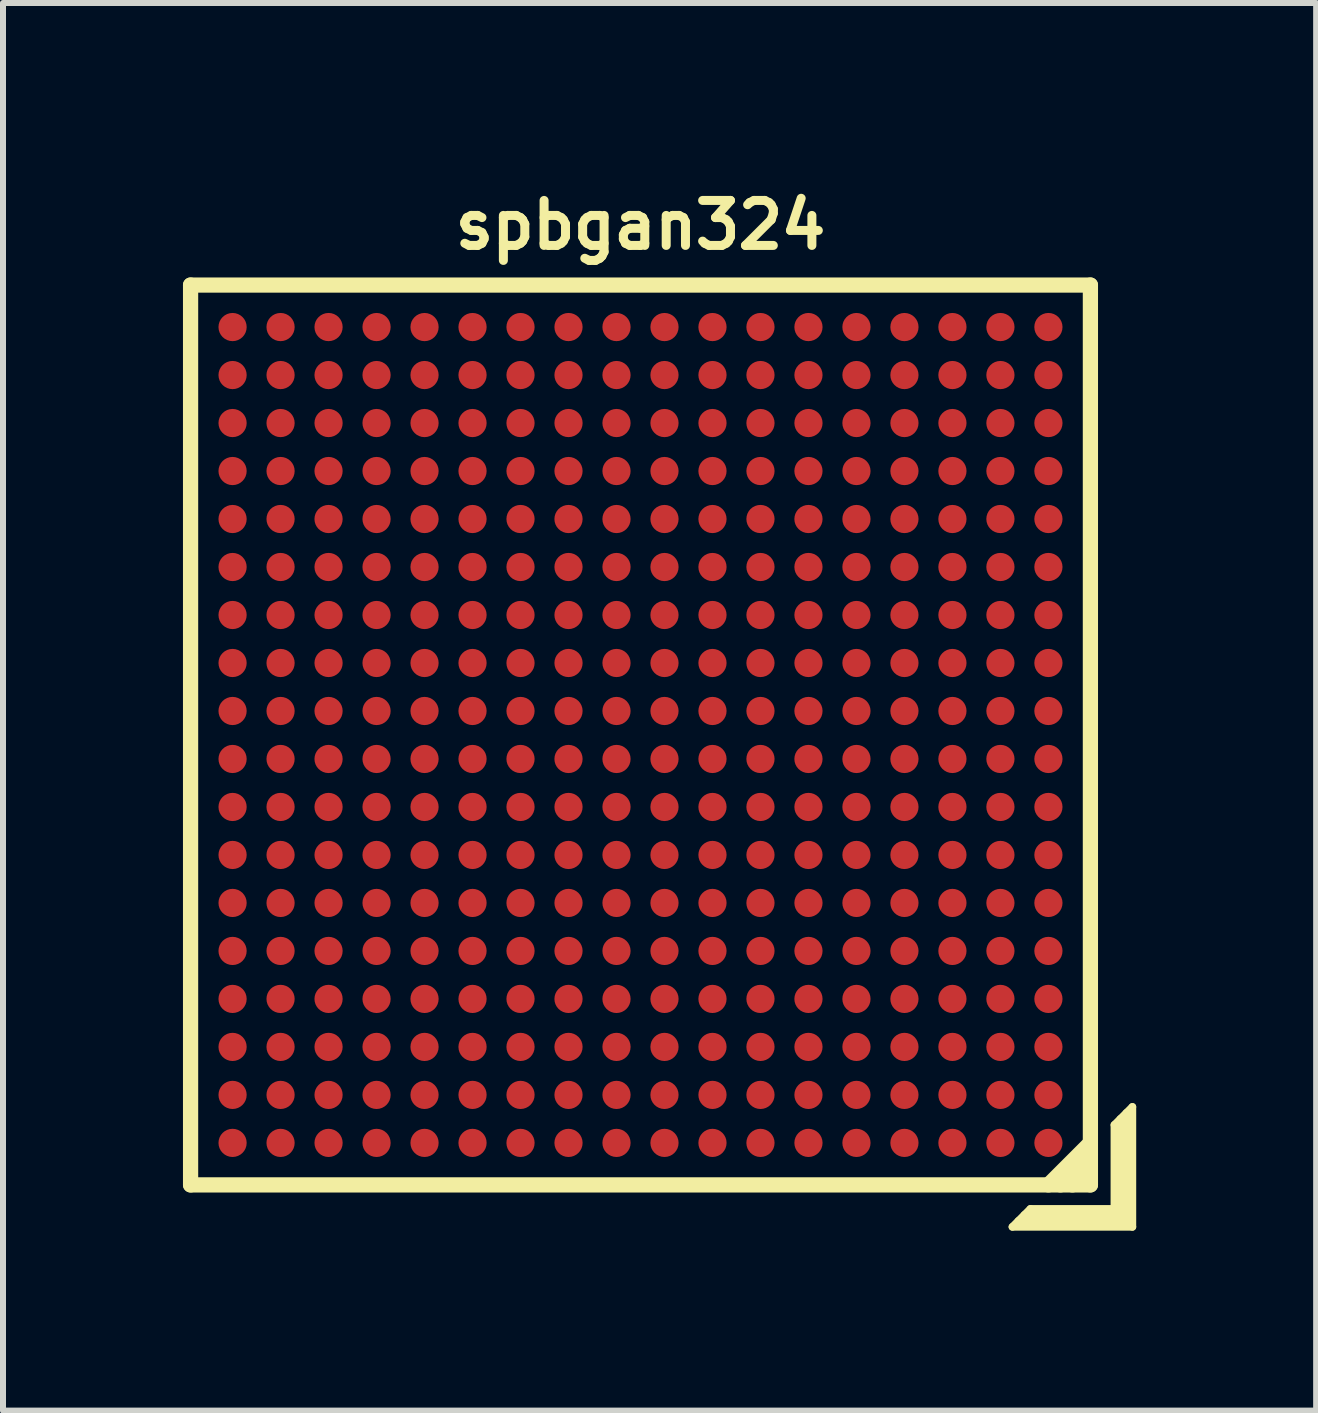
<source format=kicad_pcb>
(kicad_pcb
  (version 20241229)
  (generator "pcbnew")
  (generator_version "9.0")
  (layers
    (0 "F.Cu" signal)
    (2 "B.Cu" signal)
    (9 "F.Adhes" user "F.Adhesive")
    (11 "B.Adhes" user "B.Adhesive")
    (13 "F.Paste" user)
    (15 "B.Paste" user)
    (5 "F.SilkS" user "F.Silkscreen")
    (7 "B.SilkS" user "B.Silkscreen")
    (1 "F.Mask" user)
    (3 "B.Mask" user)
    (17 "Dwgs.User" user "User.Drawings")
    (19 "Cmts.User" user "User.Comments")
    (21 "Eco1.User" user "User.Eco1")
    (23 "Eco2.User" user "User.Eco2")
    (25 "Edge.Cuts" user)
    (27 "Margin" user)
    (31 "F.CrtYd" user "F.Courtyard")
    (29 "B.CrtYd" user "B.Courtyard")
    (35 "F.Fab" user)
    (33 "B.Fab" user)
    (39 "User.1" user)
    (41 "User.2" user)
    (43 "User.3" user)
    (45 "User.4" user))
  (footprint "spbgan324"
    (layer "F.Cu")
    (at 7.627 9.202)
    (property "Reference" "spbgan324" (at 0 -8.5 0) (layer "F.SilkS") (effects (font (size 0.75 0.75) (thickness 0.15))))
    (attr smd)
    (fp_line (start -7.5 -7.5) (end 7.5 -7.5) (stroke (width 0.254) (type solid)) (layer "F.SilkS"))
    (fp_line (start -7.5 7.5) (end -7.5 -7.5) (stroke (width 0.254) (type solid)) (layer "F.SilkS"))
    (fp_line (start 6.2 8.2) (end 6.5 7.9) (stroke (width 0.127) (type solid)) (layer "F.SilkS"))
    (fp_line (start 6.3 8.1) (end 8.1 8.1) (stroke (width 0.127) (type solid)) (layer "F.SilkS"))
    (fp_line (start 6.5 7.9) (end 7.9 7.9) (stroke (width 0.127) (type solid)) (layer "F.SilkS"))
    (fp_line (start 6.8 7.5) (end 7.5 6.8) (stroke (width 0.254) (type solid)) (layer "F.SilkS"))
    (fp_line (start 7.2 7.5) (end 7.5 7.2) (stroke (width 0.254) (type solid)) (layer "F.SilkS"))
    (fp_line (start 7.5 -7.5) (end 7.5 7.5) (stroke (width 0.254) (type solid)) (layer "F.SilkS"))
    (fp_line (start 7.5 7) (end 7 7.5) (stroke (width 0.254) (type solid)) (layer "F.SilkS"))
    (fp_line (start 7.5 7.5) (end -7.5 7.5) (stroke (width 0.254) (type solid)) (layer "F.SilkS"))
    (fp_line (start 7.9 6.5) (end 8.2 6.2) (stroke (width 0.127) (type solid)) (layer "F.SilkS"))
    (fp_line (start 7.9 7.9) (end 7.9 6.5) (stroke (width 0.127) (type solid)) (layer "F.SilkS"))
    (fp_line (start 8 6.4) (end 8 8) (stroke (width 0.127) (type solid)) (layer "F.SilkS"))
    (fp_line (start 8 8) (end 6.4 8) (stroke (width 0.127) (type solid)) (layer "F.SilkS"))
    (fp_line (start 8.1 8.1) (end 8.1 6.3) (stroke (width 0.127) (type solid)) (layer "F.SilkS"))
    (fp_line (start 8.2 6.2) (end 8.2 8.2) (stroke (width 0.127) (type solid)) (layer "F.SilkS"))
    (fp_line (start 8.2 8.2) (end 6.2 8.2) (stroke (width 0.127) (type solid)) (layer "F.SilkS"))
    (pad "A1" smd circle (at 6.8 6.8) (size 0.47 0.47) (layers "F.Cu" "F.Mask" "F.Paste"))
    (pad "A2" smd circle (at 6 6.8) (size 0.47 0.47) (layers "F.Cu" "F.Mask" "F.Paste"))
    (pad "A3" smd circle (at 5.2 6.8) (size 0.47 0.47) (layers "F.Cu" "F.Mask" "F.Paste"))
    (pad "A4" smd circle (at 4.4 6.8) (size 0.47 0.47) (layers "F.Cu" "F.Mask" "F.Paste"))
    (pad "A5" smd circle (at 3.6 6.8) (size 0.47 0.47) (layers "F.Cu" "F.Mask" "F.Paste"))
    (pad "A6" smd circle (at 2.8 6.8) (size 0.47 0.47) (layers "F.Cu" "F.Mask" "F.Paste"))
    (pad "A7" smd circle (at 2 6.8) (size 0.47 0.47) (layers "F.Cu" "F.Mask" "F.Paste"))
    (pad "A8" smd circle (at 1.2 6.8) (size 0.47 0.47) (layers "F.Cu" "F.Mask" "F.Paste"))
    (pad "A9" smd circle (at 0.4 6.8) (size 0.47 0.47) (layers "F.Cu" "F.Mask" "F.Paste"))
    (pad "A10" smd circle (at -0.4 6.8) (size 0.47 0.47) (layers "F.Cu" "F.Mask" "F.Paste"))
    (pad "A11" smd circle (at -1.2 6.8) (size 0.47 0.47) (layers "F.Cu" "F.Mask" "F.Paste"))
    (pad "A12" smd circle (at -2 6.8) (size 0.47 0.47) (layers "F.Cu" "F.Mask" "F.Paste"))
    (pad "A13" smd circle (at -2.8 6.8) (size 0.47 0.47) (layers "F.Cu" "F.Mask" "F.Paste"))
    (pad "A14" smd circle (at -3.6 6.8) (size 0.47 0.47) (layers "F.Cu" "F.Mask" "F.Paste"))
    (pad "A15" smd circle (at -4.4 6.8) (size 0.47 0.47) (layers "F.Cu" "F.Mask" "F.Paste"))
    (pad "A16" smd circle (at -5.2 6.8) (size 0.47 0.47) (layers "F.Cu" "F.Mask" "F.Paste"))
    (pad "A17" smd circle (at -6 6.8) (size 0.47 0.47) (layers "F.Cu" "F.Mask" "F.Paste"))
    (pad "A18" smd circle (at -6.8 6.8) (size 0.47 0.47) (layers "F.Cu" "F.Mask" "F.Paste"))
    (pad "B1" smd circle (at 6.8 6) (size 0.47 0.47) (layers "F.Cu" "F.Mask" "F.Paste"))
    (pad "B2" smd circle (at 6 6) (size 0.47 0.47) (layers "F.Cu" "F.Mask" "F.Paste"))
    (pad "B3" smd circle (at 5.2 6) (size 0.47 0.47) (layers "F.Cu" "F.Mask" "F.Paste"))
    (pad "B4" smd circle (at 4.4 6) (size 0.47 0.47) (layers "F.Cu" "F.Mask" "F.Paste"))
    (pad "B5" smd circle (at 3.6 6) (size 0.47 0.47) (layers "F.Cu" "F.Mask" "F.Paste"))
    (pad "B6" smd circle (at 2.8 6) (size 0.47 0.47) (layers "F.Cu" "F.Mask" "F.Paste"))
    (pad "B7" smd circle (at 2 6) (size 0.47 0.47) (layers "F.Cu" "F.Mask" "F.Paste"))
    (pad "B8" smd circle (at 1.2 6) (size 0.47 0.47) (layers "F.Cu" "F.Mask" "F.Paste"))
    (pad "B9" smd circle (at 0.4 6) (size 0.47 0.47) (layers "F.Cu" "F.Mask" "F.Paste"))
    (pad "B10" smd circle (at -0.4 6) (size 0.47 0.47) (layers "F.Cu" "F.Mask" "F.Paste"))
    (pad "B11" smd circle (at -1.2 6) (size 0.47 0.47) (layers "F.Cu" "F.Mask" "F.Paste"))
    (pad "B12" smd circle (at -2 6) (size 0.47 0.47) (layers "F.Cu" "F.Mask" "F.Paste"))
    (pad "B13" smd circle (at -2.8 6) (size 0.47 0.47) (layers "F.Cu" "F.Mask" "F.Paste"))
    (pad "B14" smd circle (at -3.6 6) (size 0.47 0.47) (layers "F.Cu" "F.Mask" "F.Paste"))
    (pad "B15" smd circle (at -4.4 6) (size 0.47 0.47) (layers "F.Cu" "F.Mask" "F.Paste"))
    (pad "B16" smd circle (at -5.2 6) (size 0.47 0.47) (layers "F.Cu" "F.Mask" "F.Paste"))
    (pad "B17" smd circle (at -6 6) (size 0.47 0.47) (layers "F.Cu" "F.Mask" "F.Paste"))
    (pad "B18" smd circle (at -6.8 6) (size 0.47 0.47) (layers "F.Cu" "F.Mask" "F.Paste"))
    (pad "C1" smd circle (at 6.8 5.2) (size 0.47 0.47) (layers "F.Cu" "F.Mask" "F.Paste"))
    (pad "C2" smd circle (at 6 5.2) (size 0.47 0.47) (layers "F.Cu" "F.Mask" "F.Paste"))
    (pad "C3" smd circle (at 5.2 5.2) (size 0.47 0.47) (layers "F.Cu" "F.Mask" "F.Paste"))
    (pad "C4" smd circle (at 4.4 5.2) (size 0.47 0.47) (layers "F.Cu" "F.Mask" "F.Paste"))
    (pad "C5" smd circle (at 3.6 5.2) (size 0.47 0.47) (layers "F.Cu" "F.Mask" "F.Paste"))
    (pad "C6" smd circle (at 2.8 5.2) (size 0.47 0.47) (layers "F.Cu" "F.Mask" "F.Paste"))
    (pad "C7" smd circle (at 2 5.2) (size 0.47 0.47) (layers "F.Cu" "F.Mask" "F.Paste"))
    (pad "C8" smd circle (at 1.2 5.2) (size 0.47 0.47) (layers "F.Cu" "F.Mask" "F.Paste"))
    (pad "C9" smd circle (at 0.4 5.2) (size 0.47 0.47) (layers "F.Cu" "F.Mask" "F.Paste"))
    (pad "C10" smd circle (at -0.4 5.2) (size 0.47 0.47) (layers "F.Cu" "F.Mask" "F.Paste"))
    (pad "C11" smd circle (at -1.2 5.2) (size 0.47 0.47) (layers "F.Cu" "F.Mask" "F.Paste"))
    (pad "C12" smd circle (at -2 5.2) (size 0.47 0.47) (layers "F.Cu" "F.Mask" "F.Paste"))
    (pad "C13" smd circle (at -2.8 5.2) (size 0.47 0.47) (layers "F.Cu" "F.Mask" "F.Paste"))
    (pad "C14" smd circle (at -3.6 5.2) (size 0.47 0.47) (layers "F.Cu" "F.Mask" "F.Paste"))
    (pad "C15" smd circle (at -4.4 5.2) (size 0.47 0.47) (layers "F.Cu" "F.Mask" "F.Paste"))
    (pad "C16" smd circle (at -5.2 5.2) (size 0.47 0.47) (layers "F.Cu" "F.Mask" "F.Paste"))
    (pad "C17" smd circle (at -6 5.2) (size 0.47 0.47) (layers "F.Cu" "F.Mask" "F.Paste"))
    (pad "C18" smd circle (at -6.8 5.2) (size 0.47 0.47) (layers "F.Cu" "F.Mask" "F.Paste"))
    (pad "D1" smd circle (at 6.8 4.4) (size 0.47 0.47) (layers "F.Cu" "F.Mask" "F.Paste"))
    (pad "D2" smd circle (at 6 4.4) (size 0.47 0.47) (layers "F.Cu" "F.Mask" "F.Paste"))
    (pad "D3" smd circle (at 5.2 4.4) (size 0.47 0.47) (layers "F.Cu" "F.Mask" "F.Paste"))
    (pad "D4" smd circle (at 4.4 4.4) (size 0.47 0.47) (layers "F.Cu" "F.Mask" "F.Paste"))
    (pad "D5" smd circle (at 3.6 4.4) (size 0.47 0.47) (layers "F.Cu" "F.Mask" "F.Paste"))
    (pad "D6" smd circle (at 2.8 4.4) (size 0.47 0.47) (layers "F.Cu" "F.Mask" "F.Paste"))
    (pad "D7" smd circle (at 2 4.4) (size 0.47 0.47) (layers "F.Cu" "F.Mask" "F.Paste"))
    (pad "D8" smd circle (at 1.2 4.4) (size 0.47 0.47) (layers "F.Cu" "F.Mask" "F.Paste"))
    (pad "D9" smd circle (at 0.4 4.4) (size 0.47 0.47) (layers "F.Cu" "F.Mask" "F.Paste"))
    (pad "D10" smd circle (at -0.4 4.4) (size 0.47 0.47) (layers "F.Cu" "F.Mask" "F.Paste"))
    (pad "D11" smd circle (at -1.2 4.4) (size 0.47 0.47) (layers "F.Cu" "F.Mask" "F.Paste"))
    (pad "D12" smd circle (at -2 4.4) (size 0.47 0.47) (layers "F.Cu" "F.Mask" "F.Paste"))
    (pad "D13" smd circle (at -2.8 4.4) (size 0.47 0.47) (layers "F.Cu" "F.Mask" "F.Paste"))
    (pad "D14" smd circle (at -3.6 4.4) (size 0.47 0.47) (layers "F.Cu" "F.Mask" "F.Paste"))
    (pad "D15" smd circle (at -4.4 4.4) (size 0.47 0.47) (layers "F.Cu" "F.Mask" "F.Paste"))
    (pad "D16" smd circle (at -5.2 4.4) (size 0.47 0.47) (layers "F.Cu" "F.Mask" "F.Paste"))
    (pad "D17" smd circle (at -6 4.4) (size 0.47 0.47) (layers "F.Cu" "F.Mask" "F.Paste"))
    (pad "D18" smd circle (at -6.8 4.4) (size 0.47 0.47) (layers "F.Cu" "F.Mask" "F.Paste"))
    (pad "E1" smd circle (at 6.8 3.6) (size 0.47 0.47) (layers "F.Cu" "F.Mask" "F.Paste"))
    (pad "E2" smd circle (at 6 3.6) (size 0.47 0.47) (layers "F.Cu" "F.Mask" "F.Paste"))
    (pad "E3" smd circle (at 5.2 3.6) (size 0.47 0.47) (layers "F.Cu" "F.Mask" "F.Paste"))
    (pad "E4" smd circle (at 4.4 3.6) (size 0.47 0.47) (layers "F.Cu" "F.Mask" "F.Paste"))
    (pad "E5" smd circle (at 3.6 3.6) (size 0.47 0.47) (layers "F.Cu" "F.Mask" "F.Paste"))
    (pad "E6" smd circle (at 2.8 3.6) (size 0.47 0.47) (layers "F.Cu" "F.Mask" "F.Paste"))
    (pad "E7" smd circle (at 2 3.6) (size 0.47 0.47) (layers "F.Cu" "F.Mask" "F.Paste"))
    (pad "E8" smd circle (at 1.2 3.6) (size 0.47 0.47) (layers "F.Cu" "F.Mask" "F.Paste"))
    (pad "E9" smd circle (at 0.4 3.6) (size 0.47 0.47) (layers "F.Cu" "F.Mask" "F.Paste"))
    (pad "E10" smd circle (at -0.4 3.6) (size 0.47 0.47) (layers "F.Cu" "F.Mask" "F.Paste"))
    (pad "E11" smd circle (at -1.2 3.6) (size 0.47 0.47) (layers "F.Cu" "F.Mask" "F.Paste"))
    (pad "E12" smd circle (at -2 3.6) (size 0.47 0.47) (layers "F.Cu" "F.Mask" "F.Paste"))
    (pad "E13" smd circle (at -2.8 3.6) (size 0.47 0.47) (layers "F.Cu" "F.Mask" "F.Paste"))
    (pad "E14" smd circle (at -3.6 3.6) (size 0.47 0.47) (layers "F.Cu" "F.Mask" "F.Paste"))
    (pad "E15" smd circle (at -4.4 3.6) (size 0.47 0.47) (layers "F.Cu" "F.Mask" "F.Paste"))
    (pad "E16" smd circle (at -5.2 3.6) (size 0.47 0.47) (layers "F.Cu" "F.Mask" "F.Paste"))
    (pad "E17" smd circle (at -6 3.6) (size 0.47 0.47) (layers "F.Cu" "F.Mask" "F.Paste"))
    (pad "E18" smd circle (at -6.8 3.6) (size 0.47 0.47) (layers "F.Cu" "F.Mask" "F.Paste"))
    (pad "F1" smd circle (at 6.8 2.8) (size 0.47 0.47) (layers "F.Cu" "F.Mask" "F.Paste"))
    (pad "F2" smd circle (at 6 2.8) (size 0.47 0.47) (layers "F.Cu" "F.Mask" "F.Paste"))
    (pad "F3" smd circle (at 5.2 2.8) (size 0.47 0.47) (layers "F.Cu" "F.Mask" "F.Paste"))
    (pad "F4" smd circle (at 4.4 2.8) (size 0.47 0.47) (layers "F.Cu" "F.Mask" "F.Paste"))
    (pad "F5" smd circle (at 3.6 2.8) (size 0.47 0.47) (layers "F.Cu" "F.Mask" "F.Paste"))
    (pad "F6" smd circle (at 2.8 2.8) (size 0.47 0.47) (layers "F.Cu" "F.Mask" "F.Paste"))
    (pad "F7" smd circle (at 2 2.8) (size 0.47 0.47) (layers "F.Cu" "F.Mask" "F.Paste"))
    (pad "F8" smd circle (at 1.2 2.8) (size 0.47 0.47) (layers "F.Cu" "F.Mask" "F.Paste"))
    (pad "F9" smd circle (at 0.4 2.8) (size 0.47 0.47) (layers "F.Cu" "F.Mask" "F.Paste"))
    (pad "F10" smd circle (at -0.4 2.8) (size 0.47 0.47) (layers "F.Cu" "F.Mask" "F.Paste"))
    (pad "F11" smd circle (at -1.2 2.8) (size 0.47 0.47) (layers "F.Cu" "F.Mask" "F.Paste"))
    (pad "F12" smd circle (at -2 2.8) (size 0.47 0.47) (layers "F.Cu" "F.Mask" "F.Paste"))
    (pad "F13" smd circle (at -2.8 2.8) (size 0.47 0.47) (layers "F.Cu" "F.Mask" "F.Paste"))
    (pad "F14" smd circle (at -3.6 2.8) (size 0.47 0.47) (layers "F.Cu" "F.Mask" "F.Paste"))
    (pad "F15" smd circle (at -4.4 2.8) (size 0.47 0.47) (layers "F.Cu" "F.Mask" "F.Paste"))
    (pad "F16" smd circle (at -5.2 2.8) (size 0.47 0.47) (layers "F.Cu" "F.Mask" "F.Paste"))
    (pad "F17" smd circle (at -6 2.8) (size 0.47 0.47) (layers "F.Cu" "F.Mask" "F.Paste"))
    (pad "F18" smd circle (at -6.8 2.8) (size 0.47 0.47) (layers "F.Cu" "F.Mask" "F.Paste"))
    (pad "G1" smd circle (at 6.8 2) (size 0.47 0.47) (layers "F.Cu" "F.Mask" "F.Paste"))
    (pad "G2" smd circle (at 6 2) (size 0.47 0.47) (layers "F.Cu" "F.Mask" "F.Paste"))
    (pad "G3" smd circle (at 5.2 2) (size 0.47 0.47) (layers "F.Cu" "F.Mask" "F.Paste"))
    (pad "G4" smd circle (at 4.4 2) (size 0.47 0.47) (layers "F.Cu" "F.Mask" "F.Paste"))
    (pad "G5" smd circle (at 3.6 2) (size 0.47 0.47) (layers "F.Cu" "F.Mask" "F.Paste"))
    (pad "G6" smd circle (at 2.8 2) (size 0.47 0.47) (layers "F.Cu" "F.Mask" "F.Paste"))
    (pad "G7" smd circle (at 2 2) (size 0.47 0.47) (layers "F.Cu" "F.Mask" "F.Paste"))
    (pad "G8" smd circle (at 1.2 2) (size 0.47 0.47) (layers "F.Cu" "F.Mask" "F.Paste"))
    (pad "G9" smd circle (at 0.4 2) (size 0.47 0.47) (layers "F.Cu" "F.Mask" "F.Paste"))
    (pad "G10" smd circle (at -0.4 2) (size 0.47 0.47) (layers "F.Cu" "F.Mask" "F.Paste"))
    (pad "G11" smd circle (at -1.2 2) (size 0.47 0.47) (layers "F.Cu" "F.Mask" "F.Paste"))
    (pad "G12" smd circle (at -2 2) (size 0.47 0.47) (layers "F.Cu" "F.Mask" "F.Paste"))
    (pad "G13" smd circle (at -2.8 2) (size 0.47 0.47) (layers "F.Cu" "F.Mask" "F.Paste"))
    (pad "G14" smd circle (at -3.6 2) (size 0.47 0.47) (layers "F.Cu" "F.Mask" "F.Paste"))
    (pad "G15" smd circle (at -4.4 2) (size 0.47 0.47) (layers "F.Cu" "F.Mask" "F.Paste"))
    (pad "G16" smd circle (at -5.2 2) (size 0.47 0.47) (layers "F.Cu" "F.Mask" "F.Paste"))
    (pad "G17" smd circle (at -6 2) (size 0.47 0.47) (layers "F.Cu" "F.Mask" "F.Paste"))
    (pad "G18" smd circle (at -6.8 2) (size 0.47 0.47) (layers "F.Cu" "F.Mask" "F.Paste"))
    (pad "H1" smd circle (at 6.8 1.2) (size 0.47 0.47) (layers "F.Cu" "F.Mask" "F.Paste"))
    (pad "H2" smd circle (at 6 1.2) (size 0.47 0.47) (layers "F.Cu" "F.Mask" "F.Paste"))
    (pad "H3" smd circle (at 5.2 1.2) (size 0.47 0.47) (layers "F.Cu" "F.Mask" "F.Paste"))
    (pad "H4" smd circle (at 4.4 1.2) (size 0.47 0.47) (layers "F.Cu" "F.Mask" "F.Paste"))
    (pad "H5" smd circle (at 3.6 1.2) (size 0.47 0.47) (layers "F.Cu" "F.Mask" "F.Paste"))
    (pad "H6" smd circle (at 2.8 1.2) (size 0.47 0.47) (layers "F.Cu" "F.Mask" "F.Paste"))
    (pad "H7" smd circle (at 2 1.2) (size 0.47 0.47) (layers "F.Cu" "F.Mask" "F.Paste"))
    (pad "H8" smd circle (at 1.2 1.2) (size 0.47 0.47) (layers "F.Cu" "F.Mask" "F.Paste"))
    (pad "H9" smd circle (at 0.4 1.2) (size 0.47 0.47) (layers "F.Cu" "F.Mask" "F.Paste"))
    (pad "H10" smd circle (at -0.4 1.2) (size 0.47 0.47) (layers "F.Cu" "F.Mask" "F.Paste"))
    (pad "H11" smd circle (at -1.2 1.2) (size 0.47 0.47) (layers "F.Cu" "F.Mask" "F.Paste"))
    (pad "H12" smd circle (at -2 1.2) (size 0.47 0.47) (layers "F.Cu" "F.Mask" "F.Paste"))
    (pad "H13" smd circle (at -2.8 1.2) (size 0.47 0.47) (layers "F.Cu" "F.Mask" "F.Paste"))
    (pad "H14" smd circle (at -3.6 1.2) (size 0.47 0.47) (layers "F.Cu" "F.Mask" "F.Paste"))
    (pad "H15" smd circle (at -4.4 1.2) (size 0.47 0.47) (layers "F.Cu" "F.Mask" "F.Paste"))
    (pad "H16" smd circle (at -5.2 1.2) (size 0.47 0.47) (layers "F.Cu" "F.Mask" "F.Paste"))
    (pad "H17" smd circle (at -6 1.2) (size 0.47 0.47) (layers "F.Cu" "F.Mask" "F.Paste"))
    (pad "H18" smd circle (at -6.8 1.2) (size 0.47 0.47) (layers "F.Cu" "F.Mask" "F.Paste"))
    (pad "J1" smd circle (at 6.8 0.4) (size 0.47 0.47) (layers "F.Cu" "F.Mask" "F.Paste"))
    (pad "J2" smd circle (at 6 0.4) (size 0.47 0.47) (layers "F.Cu" "F.Mask" "F.Paste"))
    (pad "J3" smd circle (at 5.2 0.4) (size 0.47 0.47) (layers "F.Cu" "F.Mask" "F.Paste"))
    (pad "J4" smd circle (at 4.4 0.4) (size 0.47 0.47) (layers "F.Cu" "F.Mask" "F.Paste"))
    (pad "J5" smd circle (at 3.6 0.4) (size 0.47 0.47) (layers "F.Cu" "F.Mask" "F.Paste"))
    (pad "J6" smd circle (at 2.8 0.4) (size 0.47 0.47) (layers "F.Cu" "F.Mask" "F.Paste"))
    (pad "J7" smd circle (at 2 0.4) (size 0.47 0.47) (layers "F.Cu" "F.Mask" "F.Paste"))
    (pad "J8" smd circle (at 1.2 0.4) (size 0.47 0.47) (layers "F.Cu" "F.Mask" "F.Paste"))
    (pad "J9" smd circle (at 0.4 0.4) (size 0.47 0.47) (layers "F.Cu" "F.Mask" "F.Paste"))
    (pad "J10" smd circle (at -0.4 0.4) (size 0.47 0.47) (layers "F.Cu" "F.Mask" "F.Paste"))
    (pad "J11" smd circle (at -1.2 0.4) (size 0.47 0.47) (layers "F.Cu" "F.Mask" "F.Paste"))
    (pad "J12" smd circle (at -2 0.4) (size 0.47 0.47) (layers "F.Cu" "F.Mask" "F.Paste"))
    (pad "J13" smd circle (at -2.8 0.4) (size 0.47 0.47) (layers "F.Cu" "F.Mask" "F.Paste"))
    (pad "J14" smd circle (at -3.6 0.4) (size 0.47 0.47) (layers "F.Cu" "F.Mask" "F.Paste"))
    (pad "J15" smd circle (at -4.4 0.4) (size 0.47 0.47) (layers "F.Cu" "F.Mask" "F.Paste"))
    (pad "J16" smd circle (at -5.2 0.4) (size 0.47 0.47) (layers "F.Cu" "F.Mask" "F.Paste"))
    (pad "J17" smd circle (at -6 0.4) (size 0.47 0.47) (layers "F.Cu" "F.Mask" "F.Paste"))
    (pad "J18" smd circle (at -6.8 0.4) (size 0.47 0.47) (layers "F.Cu" "F.Mask" "F.Paste"))
    (pad "K1" smd circle (at 6.8 -0.4) (size 0.47 0.47) (layers "F.Cu" "F.Mask" "F.Paste"))
    (pad "K2" smd circle (at 6 -0.4) (size 0.47 0.47) (layers "F.Cu" "F.Mask" "F.Paste"))
    (pad "K3" smd circle (at 5.2 -0.4) (size 0.47 0.47) (layers "F.Cu" "F.Mask" "F.Paste"))
    (pad "K4" smd circle (at 4.4 -0.4) (size 0.47 0.47) (layers "F.Cu" "F.Mask" "F.Paste"))
    (pad "K5" smd circle (at 3.6 -0.4) (size 0.47 0.47) (layers "F.Cu" "F.Mask" "F.Paste"))
    (pad "K6" smd circle (at 2.8 -0.4) (size 0.47 0.47) (layers "F.Cu" "F.Mask" "F.Paste"))
    (pad "K7" smd circle (at 2 -0.4) (size 0.47 0.47) (layers "F.Cu" "F.Mask" "F.Paste"))
    (pad "K8" smd circle (at 1.2 -0.4) (size 0.47 0.47) (layers "F.Cu" "F.Mask" "F.Paste"))
    (pad "K9" smd circle (at 0.4 -0.4) (size 0.47 0.47) (layers "F.Cu" "F.Mask" "F.Paste"))
    (pad "K10" smd circle (at -0.4 -0.4) (size 0.47 0.47) (layers "F.Cu" "F.Mask" "F.Paste"))
    (pad "K11" smd circle (at -1.2 -0.4) (size 0.47 0.47) (layers "F.Cu" "F.Mask" "F.Paste"))
    (pad "K12" smd circle (at -2 -0.4) (size 0.47 0.47) (layers "F.Cu" "F.Mask" "F.Paste"))
    (pad "K13" smd circle (at -2.8 -0.4) (size 0.47 0.47) (layers "F.Cu" "F.Mask" "F.Paste"))
    (pad "K14" smd circle (at -3.6 -0.4) (size 0.47 0.47) (layers "F.Cu" "F.Mask" "F.Paste"))
    (pad "K15" smd circle (at -4.4 -0.4) (size 0.47 0.47) (layers "F.Cu" "F.Mask" "F.Paste"))
    (pad "K16" smd circle (at -5.2 -0.4) (size 0.47 0.47) (layers "F.Cu" "F.Mask" "F.Paste"))
    (pad "K17" smd circle (at -6 -0.4) (size 0.47 0.47) (layers "F.Cu" "F.Mask" "F.Paste"))
    (pad "K18" smd circle (at -6.8 -0.4) (size 0.47 0.47) (layers "F.Cu" "F.Mask" "F.Paste"))
    (pad "L1" smd circle (at 6.8 -1.2) (size 0.47 0.47) (layers "F.Cu" "F.Mask" "F.Paste"))
    (pad "L2" smd circle (at 6 -1.2) (size 0.47 0.47) (layers "F.Cu" "F.Mask" "F.Paste"))
    (pad "L3" smd circle (at 5.2 -1.2) (size 0.47 0.47) (layers "F.Cu" "F.Mask" "F.Paste"))
    (pad "L4" smd circle (at 4.4 -1.2) (size 0.47 0.47) (layers "F.Cu" "F.Mask" "F.Paste"))
    (pad "L5" smd circle (at 3.6 -1.2) (size 0.47 0.47) (layers "F.Cu" "F.Mask" "F.Paste"))
    (pad "L6" smd circle (at 2.8 -1.2) (size 0.47 0.47) (layers "F.Cu" "F.Mask" "F.Paste"))
    (pad "L7" smd circle (at 2 -1.2) (size 0.47 0.47) (layers "F.Cu" "F.Mask" "F.Paste"))
    (pad "L8" smd circle (at 1.2 -1.2) (size 0.47 0.47) (layers "F.Cu" "F.Mask" "F.Paste"))
    (pad "L9" smd circle (at 0.4 -1.2) (size 0.47 0.47) (layers "F.Cu" "F.Mask" "F.Paste"))
    (pad "L10" smd circle (at -0.4 -1.2) (size 0.47 0.47) (layers "F.Cu" "F.Mask" "F.Paste"))
    (pad "L11" smd circle (at -1.2 -1.2) (size 0.47 0.47) (layers "F.Cu" "F.Mask" "F.Paste"))
    (pad "L12" smd circle (at -2 -1.2) (size 0.47 0.47) (layers "F.Cu" "F.Mask" "F.Paste"))
    (pad "L13" smd circle (at -2.8 -1.2) (size 0.47 0.47) (layers "F.Cu" "F.Mask" "F.Paste"))
    (pad "L14" smd circle (at -3.6 -1.2) (size 0.47 0.47) (layers "F.Cu" "F.Mask" "F.Paste"))
    (pad "L15" smd circle (at -4.4 -1.2) (size 0.47 0.47) (layers "F.Cu" "F.Mask" "F.Paste"))
    (pad "L16" smd circle (at -5.2 -1.2) (size 0.47 0.47) (layers "F.Cu" "F.Mask" "F.Paste"))
    (pad "L17" smd circle (at -6 -1.2) (size 0.47 0.47) (layers "F.Cu" "F.Mask" "F.Paste"))
    (pad "L18" smd circle (at -6.8 -1.2) (size 0.47 0.47) (layers "F.Cu" "F.Mask" "F.Paste"))
    (pad "M1" smd circle (at 6.8 -2) (size 0.47 0.47) (layers "F.Cu" "F.Mask" "F.Paste"))
    (pad "M2" smd circle (at 6 -2) (size 0.47 0.47) (layers "F.Cu" "F.Mask" "F.Paste"))
    (pad "M3" smd circle (at 5.2 -2) (size 0.47 0.47) (layers "F.Cu" "F.Mask" "F.Paste"))
    (pad "M4" smd circle (at 4.4 -2) (size 0.47 0.47) (layers "F.Cu" "F.Mask" "F.Paste"))
    (pad "M5" smd circle (at 3.6 -2) (size 0.47 0.47) (layers "F.Cu" "F.Mask" "F.Paste"))
    (pad "M6" smd circle (at 2.8 -2) (size 0.47 0.47) (layers "F.Cu" "F.Mask" "F.Paste"))
    (pad "M7" smd circle (at 2 -2) (size 0.47 0.47) (layers "F.Cu" "F.Mask" "F.Paste"))
    (pad "M8" smd circle (at 1.2 -2) (size 0.47 0.47) (layers "F.Cu" "F.Mask" "F.Paste"))
    (pad "M9" smd circle (at 0.4 -2) (size 0.47 0.47) (layers "F.Cu" "F.Mask" "F.Paste"))
    (pad "M10" smd circle (at -0.4 -2) (size 0.47 0.47) (layers "F.Cu" "F.Mask" "F.Paste"))
    (pad "M11" smd circle (at -1.2 -2) (size 0.47 0.47) (layers "F.Cu" "F.Mask" "F.Paste"))
    (pad "M12" smd circle (at -2 -2) (size 0.47 0.47) (layers "F.Cu" "F.Mask" "F.Paste"))
    (pad "M13" smd circle (at -2.8 -2) (size 0.47 0.47) (layers "F.Cu" "F.Mask" "F.Paste"))
    (pad "M14" smd circle (at -3.6 -2) (size 0.47 0.47) (layers "F.Cu" "F.Mask" "F.Paste"))
    (pad "M15" smd circle (at -4.4 -2) (size 0.47 0.47) (layers "F.Cu" "F.Mask" "F.Paste"))
    (pad "M16" smd circle (at -5.2 -2) (size 0.47 0.47) (layers "F.Cu" "F.Mask" "F.Paste"))
    (pad "M17" smd circle (at -6 -2) (size 0.47 0.47) (layers "F.Cu" "F.Mask" "F.Paste"))
    (pad "M18" smd circle (at -6.8 -2) (size 0.47 0.47) (layers "F.Cu" "F.Mask" "F.Paste"))
    (pad "N1" smd circle (at 6.8 -2.8) (size 0.47 0.47) (layers "F.Cu" "F.Mask" "F.Paste"))
    (pad "N2" smd circle (at 6 -2.8) (size 0.47 0.47) (layers "F.Cu" "F.Mask" "F.Paste"))
    (pad "N3" smd circle (at 5.2 -2.8) (size 0.47 0.47) (layers "F.Cu" "F.Mask" "F.Paste"))
    (pad "N4" smd circle (at 4.4 -2.8) (size 0.47 0.47) (layers "F.Cu" "F.Mask" "F.Paste"))
    (pad "N5" smd circle (at 3.6 -2.8) (size 0.47 0.47) (layers "F.Cu" "F.Mask" "F.Paste"))
    (pad "N6" smd circle (at 2.8 -2.8) (size 0.47 0.47) (layers "F.Cu" "F.Mask" "F.Paste"))
    (pad "N7" smd circle (at 2 -2.8) (size 0.47 0.47) (layers "F.Cu" "F.Mask" "F.Paste"))
    (pad "N8" smd circle (at 1.2 -2.8) (size 0.47 0.47) (layers "F.Cu" "F.Mask" "F.Paste"))
    (pad "N9" smd circle (at 0.4 -2.8) (size 0.47 0.47) (layers "F.Cu" "F.Mask" "F.Paste"))
    (pad "N10" smd circle (at -0.4 -2.8) (size 0.47 0.47) (layers "F.Cu" "F.Mask" "F.Paste"))
    (pad "N11" smd circle (at -1.2 -2.8) (size 0.47 0.47) (layers "F.Cu" "F.Mask" "F.Paste"))
    (pad "N12" smd circle (at -2 -2.8) (size 0.47 0.47) (layers "F.Cu" "F.Mask" "F.Paste"))
    (pad "N13" smd circle (at -2.8 -2.8) (size 0.47 0.47) (layers "F.Cu" "F.Mask" "F.Paste"))
    (pad "N14" smd circle (at -3.6 -2.8) (size 0.47 0.47) (layers "F.Cu" "F.Mask" "F.Paste"))
    (pad "N15" smd circle (at -4.4 -2.8) (size 0.47 0.47) (layers "F.Cu" "F.Mask" "F.Paste"))
    (pad "N16" smd circle (at -5.2 -2.8) (size 0.47 0.47) (layers "F.Cu" "F.Mask" "F.Paste"))
    (pad "N17" smd circle (at -6 -2.8) (size 0.47 0.47) (layers "F.Cu" "F.Mask" "F.Paste"))
    (pad "N18" smd circle (at -6.8 -2.8) (size 0.47 0.47) (layers "F.Cu" "F.Mask" "F.Paste"))
    (pad "P1" smd circle (at 6.8 -3.6) (size 0.47 0.47) (layers "F.Cu" "F.Mask" "F.Paste"))
    (pad "P2" smd circle (at 6 -3.6) (size 0.47 0.47) (layers "F.Cu" "F.Mask" "F.Paste"))
    (pad "P3" smd circle (at 5.2 -3.6) (size 0.47 0.47) (layers "F.Cu" "F.Mask" "F.Paste"))
    (pad "P4" smd circle (at 4.4 -3.6) (size 0.47 0.47) (layers "F.Cu" "F.Mask" "F.Paste"))
    (pad "P5" smd circle (at 3.6 -3.6) (size 0.47 0.47) (layers "F.Cu" "F.Mask" "F.Paste"))
    (pad "P6" smd circle (at 2.8 -3.6) (size 0.47 0.47) (layers "F.Cu" "F.Mask" "F.Paste"))
    (pad "P7" smd circle (at 2 -3.6) (size 0.47 0.47) (layers "F.Cu" "F.Mask" "F.Paste"))
    (pad "P8" smd circle (at 1.2 -3.6) (size 0.47 0.47) (layers "F.Cu" "F.Mask" "F.Paste"))
    (pad "P9" smd circle (at 0.4 -3.6) (size 0.47 0.47) (layers "F.Cu" "F.Mask" "F.Paste"))
    (pad "P10" smd circle (at -0.4 -3.6) (size 0.47 0.47) (layers "F.Cu" "F.Mask" "F.Paste"))
    (pad "P11" smd circle (at -1.2 -3.6) (size 0.47 0.47) (layers "F.Cu" "F.Mask" "F.Paste"))
    (pad "P12" smd circle (at -2 -3.6) (size 0.47 0.47) (layers "F.Cu" "F.Mask" "F.Paste"))
    (pad "P13" smd circle (at -2.8 -3.6) (size 0.47 0.47) (layers "F.Cu" "F.Mask" "F.Paste"))
    (pad "P14" smd circle (at -3.6 -3.6) (size 0.47 0.47) (layers "F.Cu" "F.Mask" "F.Paste"))
    (pad "P15" smd circle (at -4.4 -3.6) (size 0.47 0.47) (layers "F.Cu" "F.Mask" "F.Paste"))
    (pad "P16" smd circle (at -5.2 -3.6) (size 0.47 0.47) (layers "F.Cu" "F.Mask" "F.Paste"))
    (pad "P17" smd circle (at -6 -3.6) (size 0.47 0.47) (layers "F.Cu" "F.Mask" "F.Paste"))
    (pad "P18" smd circle (at -6.8 -3.6) (size 0.47 0.47) (layers "F.Cu" "F.Mask" "F.Paste"))
    (pad "R1" smd circle (at 6.8 -4.4) (size 0.47 0.47) (layers "F.Cu" "F.Mask" "F.Paste"))
    (pad "R2" smd circle (at 6 -4.4) (size 0.47 0.47) (layers "F.Cu" "F.Mask" "F.Paste"))
    (pad "R3" smd circle (at 5.2 -4.4) (size 0.47 0.47) (layers "F.Cu" "F.Mask" "F.Paste"))
    (pad "R4" smd circle (at 4.4 -4.4) (size 0.47 0.47) (layers "F.Cu" "F.Mask" "F.Paste"))
    (pad "R5" smd circle (at 3.6 -4.4) (size 0.47 0.47) (layers "F.Cu" "F.Mask" "F.Paste"))
    (pad "R6" smd circle (at 2.8 -4.4) (size 0.47 0.47) (layers "F.Cu" "F.Mask" "F.Paste"))
    (pad "R7" smd circle (at 2 -4.4) (size 0.47 0.47) (layers "F.Cu" "F.Mask" "F.Paste"))
    (pad "R8" smd circle (at 1.2 -4.4) (size 0.47 0.47) (layers "F.Cu" "F.Mask" "F.Paste"))
    (pad "R9" smd circle (at 0.4 -4.4) (size 0.47 0.47) (layers "F.Cu" "F.Mask" "F.Paste"))
    (pad "R10" smd circle (at -0.4 -4.4) (size 0.47 0.47) (layers "F.Cu" "F.Mask" "F.Paste"))
    (pad "R11" smd circle (at -1.2 -4.4) (size 0.47 0.47) (layers "F.Cu" "F.Mask" "F.Paste"))
    (pad "R12" smd circle (at -2 -4.4) (size 0.47 0.47) (layers "F.Cu" "F.Mask" "F.Paste"))
    (pad "R13" smd circle (at -2.8 -4.4) (size 0.47 0.47) (layers "F.Cu" "F.Mask" "F.Paste"))
    (pad "R14" smd circle (at -3.6 -4.4) (size 0.47 0.47) (layers "F.Cu" "F.Mask" "F.Paste"))
    (pad "R15" smd circle (at -4.4 -4.4) (size 0.47 0.47) (layers "F.Cu" "F.Mask" "F.Paste"))
    (pad "R16" smd circle (at -5.2 -4.4) (size 0.47 0.47) (layers "F.Cu" "F.Mask" "F.Paste"))
    (pad "R17" smd circle (at -6 -4.4) (size 0.47 0.47) (layers "F.Cu" "F.Mask" "F.Paste"))
    (pad "R18" smd circle (at -6.8 -4.4) (size 0.47 0.47) (layers "F.Cu" "F.Mask" "F.Paste"))
    (pad "T1" smd circle (at 6.8 -5.2) (size 0.47 0.47) (layers "F.Cu" "F.Mask" "F.Paste"))
    (pad "T2" smd circle (at 6 -5.2) (size 0.47 0.47) (layers "F.Cu" "F.Mask" "F.Paste"))
    (pad "T3" smd circle (at 5.2 -5.2) (size 0.47 0.47) (layers "F.Cu" "F.Mask" "F.Paste"))
    (pad "T4" smd circle (at 4.4 -5.2) (size 0.47 0.47) (layers "F.Cu" "F.Mask" "F.Paste"))
    (pad "T5" smd circle (at 3.6 -5.2) (size 0.47 0.47) (layers "F.Cu" "F.Mask" "F.Paste"))
    (pad "T6" smd circle (at 2.8 -5.2) (size 0.47 0.47) (layers "F.Cu" "F.Mask" "F.Paste"))
    (pad "T7" smd circle (at 2 -5.2) (size 0.47 0.47) (layers "F.Cu" "F.Mask" "F.Paste"))
    (pad "T8" smd circle (at 1.2 -5.2) (size 0.47 0.47) (layers "F.Cu" "F.Mask" "F.Paste"))
    (pad "T9" smd circle (at 0.4 -5.2) (size 0.47 0.47) (layers "F.Cu" "F.Mask" "F.Paste"))
    (pad "T10" smd circle (at -0.4 -5.2) (size 0.47 0.47) (layers "F.Cu" "F.Mask" "F.Paste"))
    (pad "T11" smd circle (at -1.2 -5.2) (size 0.47 0.47) (layers "F.Cu" "F.Mask" "F.Paste"))
    (pad "T12" smd circle (at -2 -5.2) (size 0.47 0.47) (layers "F.Cu" "F.Mask" "F.Paste"))
    (pad "T13" smd circle (at -2.8 -5.2) (size 0.47 0.47) (layers "F.Cu" "F.Mask" "F.Paste"))
    (pad "T14" smd circle (at -3.6 -5.2) (size 0.47 0.47) (layers "F.Cu" "F.Mask" "F.Paste"))
    (pad "T15" smd circle (at -4.4 -5.2) (size 0.47 0.47) (layers "F.Cu" "F.Mask" "F.Paste"))
    (pad "T16" smd circle (at -5.2 -5.2) (size 0.47 0.47) (layers "F.Cu" "F.Mask" "F.Paste"))
    (pad "T17" smd circle (at -6 -5.2) (size 0.47 0.47) (layers "F.Cu" "F.Mask" "F.Paste"))
    (pad "T18" smd circle (at -6.8 -5.2) (size 0.47 0.47) (layers "F.Cu" "F.Mask" "F.Paste"))
    (pad "U1" smd circle (at 6.8 -6) (size 0.47 0.47) (layers "F.Cu" "F.Mask" "F.Paste"))
    (pad "U2" smd circle (at 6 -6) (size 0.47 0.47) (layers "F.Cu" "F.Mask" "F.Paste"))
    (pad "U3" smd circle (at 5.2 -6) (size 0.47 0.47) (layers "F.Cu" "F.Mask" "F.Paste"))
    (pad "U4" smd circle (at 4.4 -6) (size 0.47 0.47) (layers "F.Cu" "F.Mask" "F.Paste"))
    (pad "U5" smd circle (at 3.6 -6) (size 0.47 0.47) (layers "F.Cu" "F.Mask" "F.Paste"))
    (pad "U6" smd circle (at 2.8 -6) (size 0.47 0.47) (layers "F.Cu" "F.Mask" "F.Paste"))
    (pad "U7" smd circle (at 2 -6) (size 0.47 0.47) (layers "F.Cu" "F.Mask" "F.Paste"))
    (pad "U8" smd circle (at 1.2 -6) (size 0.47 0.47) (layers "F.Cu" "F.Mask" "F.Paste"))
    (pad "U9" smd circle (at 0.4 -6) (size 0.47 0.47) (layers "F.Cu" "F.Mask" "F.Paste"))
    (pad "U10" smd circle (at -0.4 -6) (size 0.47 0.47) (layers "F.Cu" "F.Mask" "F.Paste"))
    (pad "U11" smd circle (at -1.2 -6) (size 0.47 0.47) (layers "F.Cu" "F.Mask" "F.Paste"))
    (pad "U12" smd circle (at -2 -6) (size 0.47 0.47) (layers "F.Cu" "F.Mask" "F.Paste"))
    (pad "U13" smd circle (at -2.8 -6) (size 0.47 0.47) (layers "F.Cu" "F.Mask" "F.Paste"))
    (pad "U14" smd circle (at -3.6 -6) (size 0.47 0.47) (layers "F.Cu" "F.Mask" "F.Paste"))
    (pad "U15" smd circle (at -4.4 -6) (size 0.47 0.47) (layers "F.Cu" "F.Mask" "F.Paste"))
    (pad "U16" smd circle (at -5.2 -6) (size 0.47 0.47) (layers "F.Cu" "F.Mask" "F.Paste"))
    (pad "U17" smd circle (at -6 -6) (size 0.47 0.47) (layers "F.Cu" "F.Mask" "F.Paste"))
    (pad "U18" smd circle (at -6.8 -6) (size 0.47 0.47) (layers "F.Cu" "F.Mask" "F.Paste"))
    (pad "V1" smd circle (at 6.8 -6.8) (size 0.47 0.47) (layers "F.Cu" "F.Mask" "F.Paste"))
    (pad "V2" smd circle (at 6 -6.8) (size 0.47 0.47) (layers "F.Cu" "F.Mask" "F.Paste"))
    (pad "V3" smd circle (at 5.2 -6.8) (size 0.47 0.47) (layers "F.Cu" "F.Mask" "F.Paste"))
    (pad "V4" smd circle (at 4.4 -6.8) (size 0.47 0.47) (layers "F.Cu" "F.Mask" "F.Paste"))
    (pad "V5" smd circle (at 3.6 -6.8) (size 0.47 0.47) (layers "F.Cu" "F.Mask" "F.Paste"))
    (pad "V6" smd circle (at 2.8 -6.8) (size 0.47 0.47) (layers "F.Cu" "F.Mask" "F.Paste"))
    (pad "V7" smd circle (at 2 -6.8) (size 0.47 0.47) (layers "F.Cu" "F.Mask" "F.Paste"))
    (pad "V8" smd circle (at 1.2 -6.8) (size 0.47 0.47) (layers "F.Cu" "F.Mask" "F.Paste"))
    (pad "V9" smd circle (at 0.4 -6.8) (size 0.47 0.47) (layers "F.Cu" "F.Mask" "F.Paste"))
    (pad "V10" smd circle (at -0.4 -6.8) (size 0.47 0.47) (layers "F.Cu" "F.Mask" "F.Paste"))
    (pad "V11" smd circle (at -1.2 -6.8) (size 0.47 0.47) (layers "F.Cu" "F.Mask" "F.Paste"))
    (pad "V12" smd circle (at -2 -6.8) (size 0.47 0.47) (layers "F.Cu" "F.Mask" "F.Paste"))
    (pad "V13" smd circle (at -2.8 -6.8) (size 0.47 0.47) (layers "F.Cu" "F.Mask" "F.Paste"))
    (pad "V14" smd circle (at -3.6 -6.8) (size 0.47 0.47) (layers "F.Cu" "F.Mask" "F.Paste"))
    (pad "V15" smd circle (at -4.4 -6.8) (size 0.47 0.47) (layers "F.Cu" "F.Mask" "F.Paste"))
    (pad "V16" smd circle (at -5.2 -6.8) (size 0.47 0.47) (layers "F.Cu" "F.Mask" "F.Paste"))
    (pad "V17" smd circle (at -6 -6.8) (size 0.47 0.47) (layers "F.Cu" "F.Mask" "F.Paste"))
    (pad "V18" smd circle (at -6.8 -6.8) (size 0.47 0.47) (layers "F.Cu" "F.Mask" "F.Paste")))
  (gr_rect
    (start -3 -3)
    (end 18.89 20.465)
    (stroke (width 0.1) (type default))
    (fill no)
    (layer "Edge.Cuts")))
</source>
